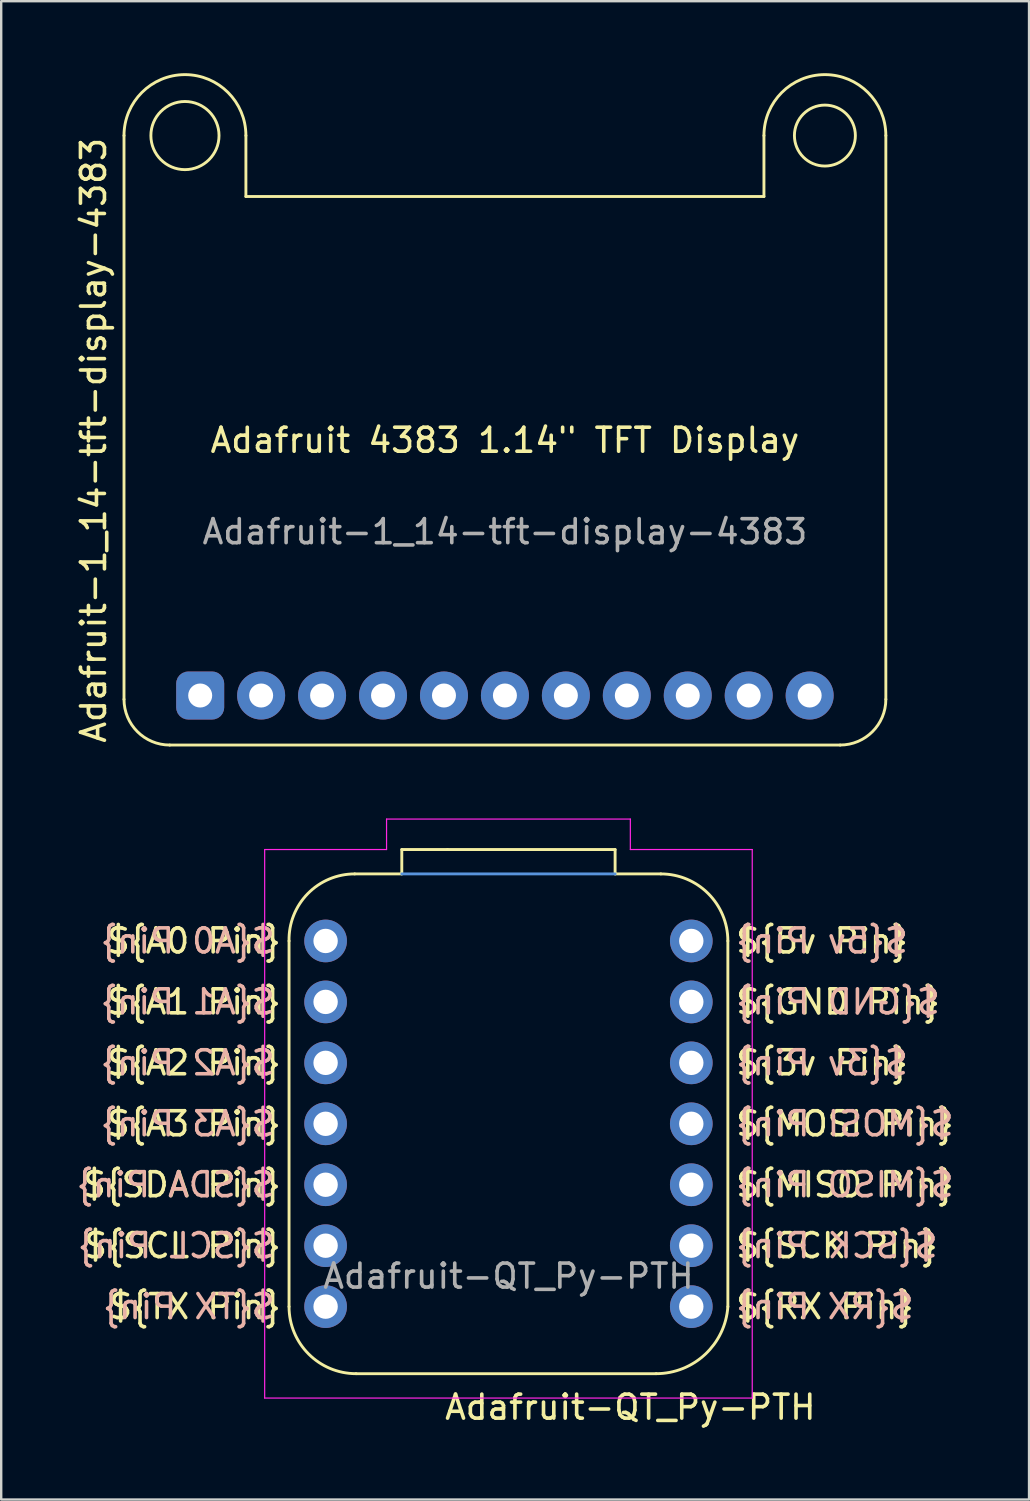
<source format=kicad_pcb>
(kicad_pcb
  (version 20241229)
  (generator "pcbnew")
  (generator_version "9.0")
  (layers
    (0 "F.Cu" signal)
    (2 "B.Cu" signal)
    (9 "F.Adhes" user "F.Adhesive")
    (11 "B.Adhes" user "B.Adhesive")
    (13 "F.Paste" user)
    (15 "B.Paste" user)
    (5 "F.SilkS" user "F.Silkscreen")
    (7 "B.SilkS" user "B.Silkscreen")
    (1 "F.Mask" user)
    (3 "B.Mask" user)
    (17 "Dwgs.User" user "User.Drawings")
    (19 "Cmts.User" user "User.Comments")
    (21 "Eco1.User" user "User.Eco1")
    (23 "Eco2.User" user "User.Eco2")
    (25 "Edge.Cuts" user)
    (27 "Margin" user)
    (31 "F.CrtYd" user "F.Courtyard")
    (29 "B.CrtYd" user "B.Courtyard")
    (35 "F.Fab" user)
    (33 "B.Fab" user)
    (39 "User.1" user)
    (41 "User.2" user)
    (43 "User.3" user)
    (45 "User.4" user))
  (footprint "Adafruit-QT_Py-PTH"
    (layer "F.Cu")
    (at 18.14 43.785)
    (property "Reference" "Adafruit-QT_Py-PTH" (at 5.08 11.811 0) (unlocked yes) (layer "F.SilkS") (effects (font (size 1 1) (thickness 0.15))))
    (attr through_hole)
    (fp_line (start -9.144 -7.62) (end -9.144 7.62) (stroke (width 0.12) (type solid)) (layer "F.SilkS"))
    (fp_line (start -4.445 -11.43) (end -4.445 -10.414) (stroke (width 0.12) (type solid)) (layer "F.SilkS"))
    (fp_line (start -4.445 -10.414) (end -6.406 -10.414) (stroke (width 0.12) (type solid)) (layer "F.SilkS"))
    (fp_line (start -2.54 -11.43) (end -4.445 -11.43) (stroke (width 0.12) (type solid)) (layer "F.SilkS"))
    (fp_line (start 4.445 -11.43) (end -2.54 -11.43) (stroke (width 0.12) (type solid)) (layer "F.SilkS"))
    (fp_line (start 4.445 -11.43) (end 4.445 -10.414) (stroke (width 0.12) (type solid)) (layer "F.SilkS"))
    (fp_line (start 4.445 -10.414) (end 6.35 -10.414) (stroke (width 0.12) (type solid)) (layer "F.SilkS"))
    (fp_line (start 6.152 10.414) (end -6.35 10.414) (stroke (width 0.12) (type solid)) (layer "F.SilkS"))
    (fp_line (start 9.144 7.62) (end 9.144 -7.62) (stroke (width 0.12) (type solid)) (layer "F.SilkS"))
    (fp_arc (start -9.144 -7.62) (mid -8.362181 -9.592171) (end -6.406344 -10.414) (stroke (width 0.12) (type solid)) (layer "F.SilkS"))
    (fp_arc (start -6.35 10.414) (mid -8.325658 9.595657) (end -9.144 7.62) (stroke (width 0.12) (type solid)) (layer "F.SilkS"))
    (fp_arc (start 6.35 -10.414) (mid 8.325656 -9.595656) (end 9.144 -7.62) (stroke (width 0.12) (type solid)) (layer "F.SilkS"))
    (fp_arc (start 9.144 7.62) (mid 8.199075 9.606875) (end 6.152344 10.414) (stroke (width 0.12) (type solid)) (layer "F.SilkS"))
    (fp_line (start 4.445 -10.414) (end -4.445 -10.414) (stroke (width 0.12) (type solid)) (layer "Cmts.User"))
    (fp_line (start -10.16 -11.43) (end -10.16 11.43) (stroke (width 0.05) (type solid)) (layer "F.CrtYd"))
    (fp_line (start -10.16 11.43) (end 10.16 11.43) (stroke (width 0.05) (type solid)) (layer "F.CrtYd"))
    (fp_line (start -5.08 -12.7) (end -5.08 -11.43) (stroke (width 0.05) (type solid)) (layer "F.CrtYd"))
    (fp_line (start -5.08 -11.43) (end -10.16 -11.43) (stroke (width 0.05) (type solid)) (layer "F.CrtYd"))
    (fp_line (start 5.08 -12.7) (end -5.08 -12.7) (stroke (width 0.05) (type solid)) (layer "F.CrtYd"))
    (fp_line (start 5.08 -11.43) (end 5.08 -12.7) (stroke (width 0.05) (type solid)) (layer "F.CrtYd"))
    (fp_line (start 10.16 -11.43) (end 5.08 -11.43) (stroke (width 0.05) (type solid)) (layer "F.CrtYd"))
    (fp_line (start 10.16 11.43) (end 10.16 -11.43) (stroke (width 0.05) (type solid)) (layer "F.CrtYd"))
    (fp_text user "${A3 Pin}" (at -9.398 0 0) (unlocked yes) (layer "F.SilkS") (effects (font (size 1 1) (thickness 0.15)) (justify right)))
    (fp_text user "${A1 Pin}" (at -9.398 -5.08 0) (unlocked yes) (layer "F.SilkS") (effects (font (size 1 1) (thickness 0.15)) (justify right)))
    (fp_text user "${SCK Pin}" (at 9.398 5.08 0) (unlocked yes) (layer "F.SilkS") (effects (font (size 1 1) (thickness 0.15)) (justify left)))
    (fp_text user "${TX Pin}" (at -9.398 7.62 0) (unlocked yes) (layer "F.SilkS") (effects (font (size 1 1) (thickness 0.15)) (justify right)))
    (fp_text user "${MISO Pin}" (at 9.398 2.54 0) (unlocked yes) (layer "F.SilkS") (effects (font (size 1 1) (thickness 0.15)) (justify left)))
    (fp_text user "${RX Pin}" (at 9.398 7.62 0) (unlocked yes) (layer "F.SilkS") (effects (font (size 1 1) (thickness 0.15)) (justify left)))
    (fp_text user "${3v Pin}" (at 9.398 -2.54 0) (unlocked yes) (layer "F.SilkS") (effects (font (size 1 1) (thickness 0.15)) (justify left)))
    (fp_text user "${SCL Pin}" (at -9.398 5.08 0) (unlocked yes) (layer "F.SilkS") (effects (font (size 1 1) (thickness 0.15)) (justify right)))
    (fp_text user "${A0 Pin}" (at -9.398 -7.62 0) (unlocked yes) (layer "F.SilkS") (effects (font (size 1 1) (thickness 0.15)) (justify right)))
    (fp_text user "${5v Pin}" (at 9.398 -7.62 0) (unlocked yes) (layer "F.SilkS") (effects (font (size 1 1) (thickness 0.15)) (justify left)))
    (fp_text user "${MOSI Pin}" (at 9.398 0 0) (unlocked yes) (layer "F.SilkS") (effects (font (size 1 1) (thickness 0.15)) (justify left)))
    (fp_text user "${SDA Pin}" (at -9.398 2.54 0) (unlocked yes) (layer "F.SilkS") (effects (font (size 1 1) (thickness 0.15)) (justify right)))
    (fp_text user "${A2 Pin}" (at -9.398 -2.54 0) (unlocked yes) (layer "F.SilkS") (effects (font (size 1 1) (thickness 0.15)) (justify right)))
    (fp_text user "${GND Pin}" (at 9.398 -5.08 0) (unlocked yes) (layer "F.SilkS") (effects (font (size 1 1) (thickness 0.15)) (justify left)))
    (fp_text user "${MISO Pin}" (at 9.398 2.54 0) (unlocked yes) (layer "B.SilkS") (effects (font (size 1 1) (thickness 0.15)) (justify right mirror)))
    (fp_text user "${SCL Pin}" (at -9.652 5.08 0) (unlocked yes) (layer "B.SilkS") (effects (font (size 1 1) (thickness 0.15)) (justify left mirror)))
    (fp_text user "${RX Pin}" (at 9.398 7.62 0) (unlocked yes) (layer "B.SilkS") (effects (font (size 1 1) (thickness 0.15)) (justify right mirror)))
    (fp_text user "${MOSI Pin}" (at 9.398 0 0) (unlocked yes) (layer "B.SilkS") (effects (font (size 1 1) (thickness 0.15)) (justify right mirror)))
    (fp_text user "${GND Pin}" (at 9.398 -5.08 0) (unlocked yes) (layer "B.SilkS") (effects (font (size 1 1) (thickness 0.15)) (justify right mirror)))
    (fp_text user "${3v Pin}" (at 9.398 -2.54 0) (unlocked yes) (layer "B.SilkS") (effects (font (size 1 1) (thickness 0.15)) (justify right mirror)))
    (fp_text user "${SDA Pin}" (at -9.652 2.54 0) (unlocked yes) (layer "B.SilkS") (effects (font (size 1 1) (thickness 0.15)) (justify left mirror)))
    (fp_text user "${5v Pin}" (at 9.398 -7.62 0) (unlocked yes) (layer "B.SilkS") (effects (font (size 1 1) (thickness 0.15)) (justify right mirror)))
    (fp_text user "${A0 Pin}" (at -9.652 -7.62 0) (unlocked yes) (layer "B.SilkS") (effects (font (size 1 1) (thickness 0.15)) (justify left mirror)))
    (fp_text user "${A3 Pin}" (at -9.652 0 0) (unlocked yes) (layer "B.SilkS") (effects (font (size 1 1) (thickness 0.15)) (justify left mirror)))
    (fp_text user "${SCK Pin}" (at 9.398 5.08 0) (unlocked yes) (layer "B.SilkS") (effects (font (size 1 1) (thickness 0.15)) (justify right mirror)))
    (fp_text user "${TX Pin}" (at -9.652 7.62 0) (unlocked yes) (layer "B.SilkS") (effects (font (size 1 1) (thickness 0.15)) (justify left mirror)))
    (fp_text user "${A1 Pin}" (at -9.652 -5.08 0) (unlocked yes) (layer "B.SilkS") (effects (font (size 1 1) (thickness 0.15)) (justify left mirror)))
    (fp_text user "${A2 Pin}" (at -9.652 -2.54 0) (unlocked yes) (layer "B.SilkS") (effects (font (size 1 1) (thickness 0.15)) (justify left mirror)))
    (fp_text user "${REFERENCE}" (at 0 6.35 0) (unlocked yes) (layer "F.Fab") (effects (font (size 1 1) (thickness 0.15))))
    (pad "3V" thru_hole circle (at 7.62 -2.54) (size 1.778 1.778) (drill 1.016) (layers "*.Cu" "*.Mask"))
    (pad "5V" thru_hole circle (at 7.62 -7.62) (size 1.778 1.778) (drill 1.016) (layers "*.Cu" "*.Mask"))
    (pad "A0" thru_hole circle (at -7.62 -7.62) (size 1.778 1.778) (drill 1.016) (layers "*.Cu" "*.Mask"))
    (pad "A1" thru_hole circle (at -7.62 -5.08) (size 1.778 1.778) (drill 1.016) (layers "*.Cu" "*.Mask"))
    (pad "A2" thru_hole circle (at -7.62 -2.54) (size 1.778 1.778) (drill 1.016) (layers "*.Cu" "*.Mask"))
    (pad "A3" thru_hole circle (at -7.62 0) (size 1.778 1.778) (drill 1.016) (layers "*.Cu" "*.Mask"))
    (pad "GND" thru_hole circle (at 7.62 -5.08) (size 1.778 1.778) (drill 1.016) (layers "*.Cu" "*.Mask"))
    (pad "MI" thru_hole circle (at 7.62 2.54) (size 1.778 1.778) (drill 1.016) (layers "*.Cu" "*.Mask"))
    (pad "MO" thru_hole circle (at 7.62 0) (size 1.778 1.778) (drill 1.016) (layers "*.Cu" "*.Mask"))
    (pad "RX" thru_hole circle (at 7.62 7.62) (size 1.778 1.778) (drill 1.016) (layers "*.Cu" "*.Mask"))
    (pad "SCK" thru_hole circle (at 7.62 5.08) (size 1.778 1.778) (drill 1.016) (layers "*.Cu" "*.Mask"))
    (pad "SCL" thru_hole circle (at -7.62 5.08) (size 1.778 1.778) (drill 1.016) (layers "*.Cu" "*.Mask"))
    (pad "SDA" thru_hole circle (at -7.62 2.54) (size 1.778 1.778) (drill 1.016) (layers "*.Cu" "*.Mask"))
    (pad "TX" thru_hole circle (at -7.62 7.62) (size 1.778 1.778) (drill 1.016) (layers "*.Cu" "*.Mask")))
  (footprint "Adafruit-1_14-tft-display-4383"
    (layer "F.Cu")
    (at 17.993 15.3)
    (property "Reference" "Adafruit-1_14-tft-display-4383" (at -17.145 0 90) (unlocked yes) (layer "F.SilkS") (effects (font (size 1 1) (thickness 0.15))))
    (attr through_hole)
    (fp_line (start -15.875 -12.7) (end -15.875 10.795) (stroke (width 0.12) (type solid)) (layer "F.SilkS"))
    (fp_line (start -13.97 12.7) (end 13.97 12.7) (stroke (width 0.12) (type solid)) (layer "F.SilkS"))
    (fp_line (start -10.795 -12.7) (end -10.795 -10.16) (stroke (width 0.12) (type solid)) (layer "F.SilkS"))
    (fp_line (start -10.795 -10.16) (end 10.795 -10.16) (stroke (width 0.12) (type solid)) (layer "F.SilkS"))
    (fp_line (start 10.795 -12.7) (end 10.795 -10.16) (stroke (width 0.12) (type solid)) (layer "F.SilkS"))
    (fp_line (start 15.875 10.795) (end 15.875 -12.7) (stroke (width 0.12) (type solid)) (layer "F.SilkS"))
    (fp_arc (start -15.875 -12.7) (mid -13.335 -15.24) (end -10.795 -12.7) (stroke (width 0.12) (type solid)) (layer "F.SilkS"))
    (fp_arc (start -13.97 12.7) (mid -15.317038 12.142038) (end -15.875 10.795) (stroke (width 0.12) (type solid)) (layer "F.SilkS"))
    (fp_arc (start 10.795 -12.7) (mid 13.335 -15.24) (end 15.875 -12.7) (stroke (width 0.12) (type solid)) (layer "F.SilkS"))
    (fp_arc (start 15.875 10.795) (mid 15.317038 12.142038) (end 13.97 12.7) (stroke (width 0.12) (type solid)) (layer "F.SilkS"))
    (fp_circle (center -13.335 -12.7) (end -12.065 -12.065) (stroke (width 0.12) (type solid)) (fill no) (layer "F.SilkS"))
    (fp_circle (center 13.335 -12.7) (end 14.605 -12.7) (stroke (width 0.12) (type solid)) (fill no) (layer "F.SilkS"))
    (fp_text user "Adafruit 4383 1.14\" TFT Display" (at 0 0 0) (unlocked yes) (layer "F.SilkS") (effects (font (size 1 1) (thickness 0.15))))
    (fp_text user "${REFERENCE}" (at 0 3.81 0) (unlocked yes) (layer "F.Fab") (effects (font (size 1 1) (thickness 0.15))))
    (pad "3v" thru_hole circle (at -10.16 10.636) (size 2 2) (drill 1) (layers "*.Cu" "*.Mask"))
    (pad "DC" thru_hole circle (at 7.62 10.636) (size 2 2) (drill 1) (layers "*.Cu" "*.Mask"))
    (pad "GND" thru_hole circle (at -7.62 10.636) (size 2 2) (drill 1) (layers "*.Cu" "*.Mask"))
    (pad "LIT" thru_hole circle (at 12.7 10.636) (size 2 2) (drill 1) (layers "*.Cu" "*.Mask"))
    (pad "MISO" thru_hole circle (at -2.54 10.636) (size 2 2) (drill 1) (layers "*.Cu" "*.Mask"))
    (pad "MOSI" thru_hole circle (at 0 10.636) (size 2 2) (drill 1) (layers "*.Cu" "*.Mask"))
    (pad "RST" thru_hole circle (at 5.08 10.636) (size 2 2) (drill 1) (layers "*.Cu" "*.Mask"))
    (pad "SCK" thru_hole circle (at -5.08 10.636) (size 2 2) (drill 1) (layers "*.Cu" "*.Mask"))
    (pad "SDCD" thru_hole circle (at 10.16 10.636) (size 2 2) (drill 1) (layers "*.Cu" "*.Mask"))
    (pad "TFTCS" thru_hole circle (at 2.54 10.636) (size 2 2) (drill 1) (layers "*.Cu" "*.Mask"))
    (pad "VIN" thru_hole roundrect (at -12.7 10.636) (size 2 2) (drill 1) (layers "*.Cu" "*.Mask") (roundrect_rratio 0.25)))
  (gr_rect
    (start -3 -3)
    (end 39.836 59.444)
    (stroke (width 0.1) (type default))
    (fill no)
    (layer "Edge.Cuts")))
</source>
